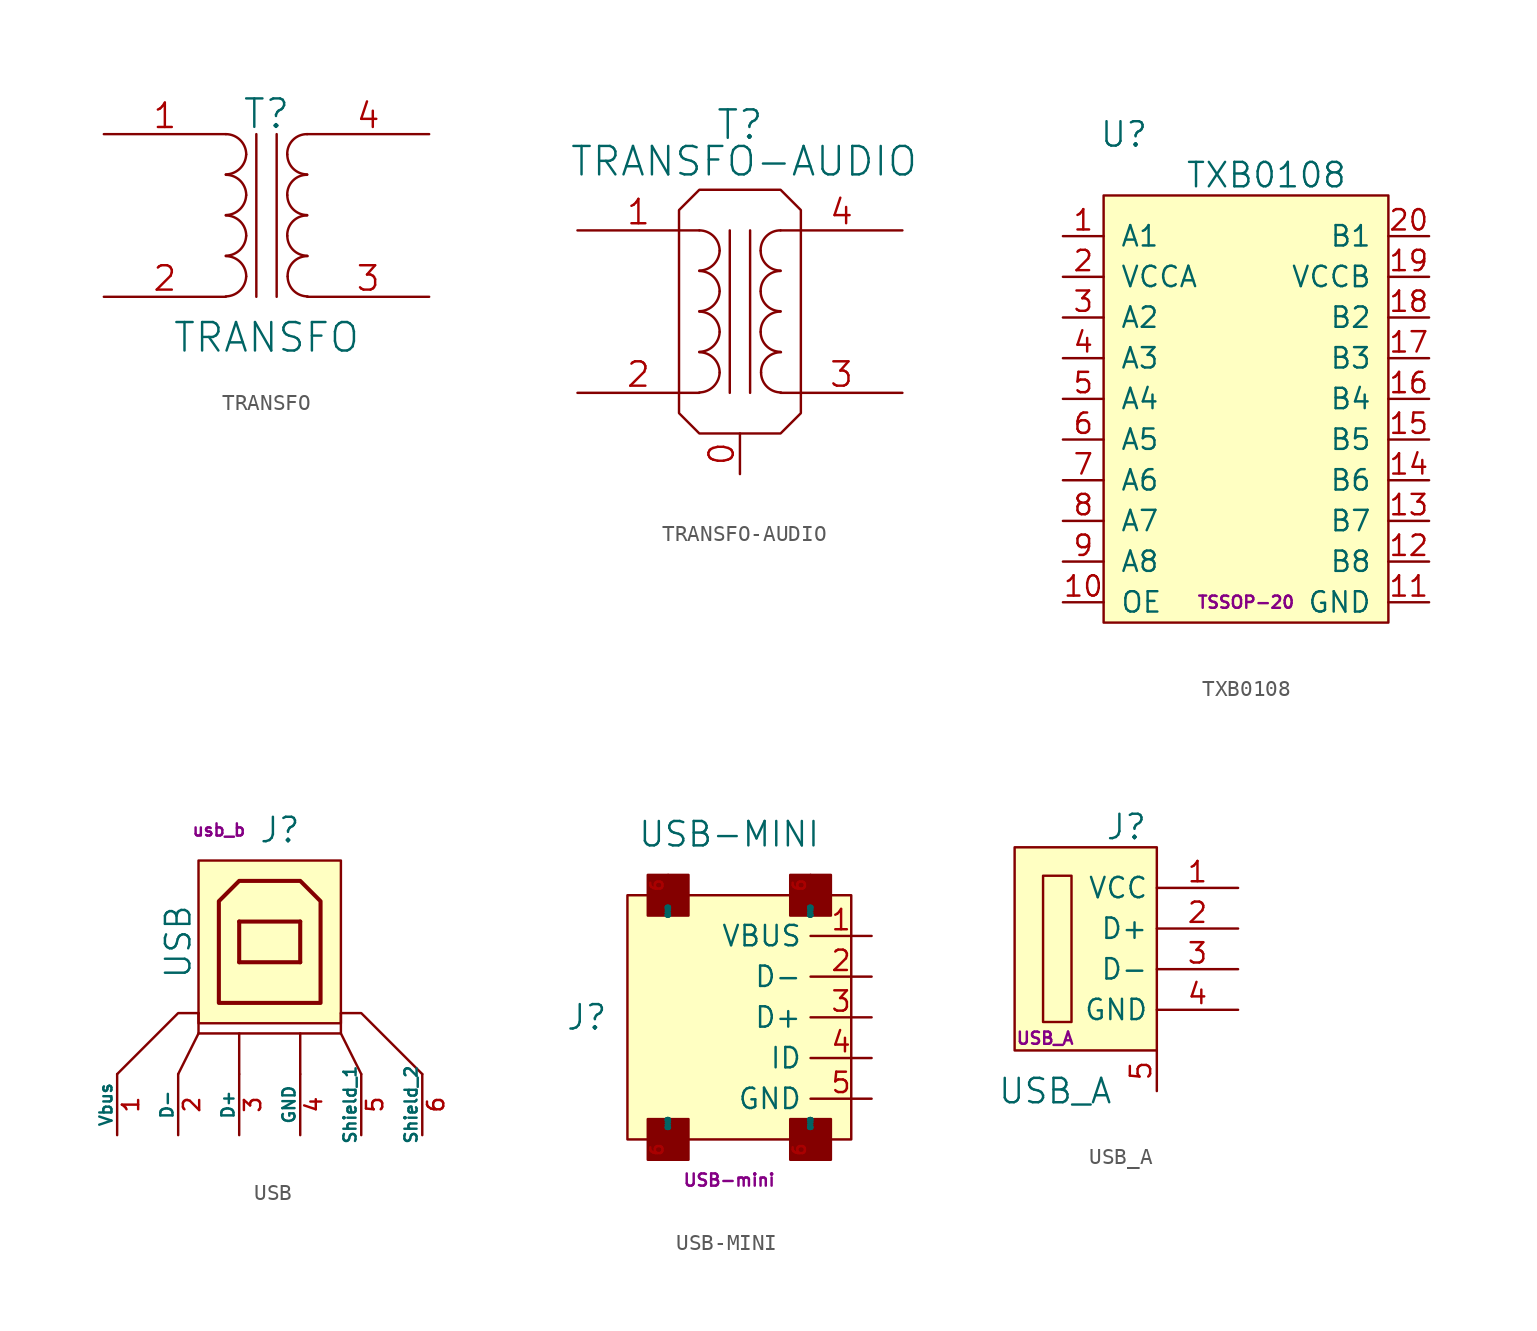
<source format=kicad_sym>
(kicad_symbol_lib
  (version 20220914)
  (generator kicad_symbol_editor)
  (symbol "TRANSFO"
    (pin_names
      (offset 1.016) hide)
    (property "Reference" "T"
      (at 0 6.35 0)
      (effects (font (size 1.778 1.778))))
    (property "Value" "TRANSFO"
      (at 0 -7.62 0)
      (effects (font (size 1.778 1.778))))
    (property "Footprint" ""
      (at 0 0 0)
      (effects (font (size 1.524 1.524))))
    (property "Datasheet" ""
      (at 0 0 0)
      (effects (font (size 1.524 1.524))))
    (symbol "TRANSFO_0_1"
      (arc (start -2.54 -5.0546) (mid -1.6599 -4.6901) (end -1.27 -3.81) (stroke (width 0) (type default)) (fill (type none)))
      (arc (start -2.54 -2.5146) (mid -1.6599 -2.1501) (end -1.27 -1.27) (stroke (width 0) (type default)) (fill (type none)))
      (arc (start -2.54 0.0254) (mid -1.6599 0.3899) (end -1.27 1.27) (stroke (width 0) (type default)) (fill (type none)))
      (arc (start -2.54 2.5654) (mid -1.6599 2.9299) (end -1.27 3.81) (stroke (width 0) (type default)) (fill (type none)))
      (arc (start -1.27 -3.81) (mid -1.642 -2.912) (end -2.54 -2.54) (stroke (width 0) (type default)) (fill (type none)))
      (arc (start -1.27 -1.27) (mid -1.642 -0.372) (end -2.54 0) (stroke (width 0) (type default)) (fill (type none)))
      (arc (start -1.27 1.27) (mid -1.642 2.168) (end -2.54 2.54) (stroke (width 0) (type default)) (fill (type none)))
      (arc (start -1.27 3.81) (mid -1.642 4.708) (end -2.54 5.08) (stroke (width 0) (type default)) (fill (type none)))
      (polyline (pts (xy -0.635 5.08) (xy -0.635 -5.08)) (stroke (width 0) (type default)) (fill (type none)))
      (polyline (pts (xy 0.635 -5.08) (xy 0.635 5.08)) (stroke (width 0) (type default)) (fill (type none)))
      (arc (start 1.2954 -1.27) (mid 1.6599 -2.1501) (end 2.54 -2.5146) (stroke (width 0) (type default)) (fill (type none)))
      (arc (start 1.2954 1.27) (mid 1.6599 0.3899) (end 2.54 0.0254) (stroke (width 0) (type default)) (fill (type none)))
      (arc (start 1.2954 3.81) (mid 1.6599 2.9299) (end 2.54 2.5654) (stroke (width 0) (type default)) (fill (type none)))
      (arc (start 1.3208 -3.81) (mid 1.6853 -4.6901) (end 2.5654 -5.0546) (stroke (width 0) (type default)) (fill (type none)))
      (arc (start 2.54 0) (mid 1.642 -0.372) (end 1.2954 -1.27) (stroke (width 0) (type default)) (fill (type none)))
      (arc (start 2.54 2.54) (mid 1.642 2.168) (end 1.2954 1.27) (stroke (width 0) (type default)) (fill (type none)))
      (arc (start 2.54 5.08) (mid 1.642 4.708) (end 1.2954 3.81) (stroke (width 0) (type default)) (fill (type none)))
      (arc (start 2.5654 -2.54) (mid 1.6674 -2.912) (end 1.3208 -3.81) (stroke (width 0) (type default)) (fill (type none))))
    (symbol "TRANSFO_1_1"
      (pin passive line (at -10.16 5.08 0) (length 7.62) (name "AA" (effects (font (size 1.524 1.524)))) (number "1" (effects (font (size 1.524 1.524)))))
      (pin passive line (at -10.16 -5.08 0) (length 7.62) (name "AB" (effects (font (size 1.524 1.524)))) (number "2" (effects (font (size 1.524 1.524)))))
      (pin passive line (at 10.16 -5.08 180) (length 7.62) (name "SA" (effects (font (size 1.524 1.524)))) (number "3" (effects (font (size 1.524 1.524)))))
      (pin passive line (at 10.16 5.08 180) (length 7.62) (name "SB" (effects (font (size 1.524 1.524)))) (number "4" (effects (font (size 1.524 1.524)))))))
  (symbol "TRANSFO-AUDIO"
    (pin_names
      (offset 1.016) hide)
    (property "Reference" "T"
      (at 0 11.684 0)
      (effects (font (size 1.778 1.778))))
    (property "Value" "TRANSFO-AUDIO"
      (at 0.254 9.398 0)
      (effects (font (size 1.778 1.778))))
    (property "Footprint" ""
      (at 0 0 0)
      (effects (font (size 1.524 1.524))))
    (property "Datasheet" ""
      (at 0 0 0)
      (effects (font (size 1.524 1.524))))
    (symbol "TRANSFO-AUDIO_0_1"
      (arc (start -2.54 -5.0546) (mid -1.6599 -4.6901) (end -1.27 -3.81) (stroke (width 0) (type default)) (fill (type none)))
      (arc (start -2.54 -2.5146) (mid -1.6599 -2.1501) (end -1.27 -1.27) (stroke (width 0) (type default)) (fill (type none)))
      (arc (start -2.54 0.0254) (mid -1.6599 0.3899) (end -1.27 1.27) (stroke (width 0) (type default)) (fill (type none)))
      (arc (start -2.54 2.5654) (mid -1.6599 2.9299) (end -1.27 3.81) (stroke (width 0) (type default)) (fill (type none)))
      (arc (start -1.27 -3.81) (mid -1.642 -2.912) (end -2.54 -2.54) (stroke (width 0) (type default)) (fill (type none)))
      (arc (start -1.27 -1.27) (mid -1.642 -0.372) (end -2.54 0) (stroke (width 0) (type default)) (fill (type none)))
      (arc (start -1.27 1.27) (mid -1.642 2.168) (end -2.54 2.54) (stroke (width 0) (type default)) (fill (type none)))
      (arc (start -1.27 3.81) (mid -1.642 4.708) (end -2.54 5.08) (stroke (width 0) (type default)) (fill (type none)))
      (polyline (pts (xy -0.635 5.08) (xy -0.635 -5.08)) (stroke (width 0) (type default)) (fill (type none)))
      (polyline (pts (xy 0.635 -5.08) (xy 0.635 5.08)) (stroke (width 0) (type default)) (fill (type none)))
      (polyline (pts (xy -3.81 6.35) (xy -2.54 7.62) (xy 2.54 7.62) (xy 3.81 6.35) (xy 3.81 -6.35) (xy 2.54 -7.62) (xy -2.54 -7.62) (xy -3.81 -6.35) (xy -3.81 6.35)) (stroke (width 0) (type default)) (fill (type none)))
      (arc (start 1.2954 -1.27) (mid 1.6599 -2.1501) (end 2.54 -2.5146) (stroke (width 0) (type default)) (fill (type none)))
      (arc (start 1.2954 1.27) (mid 1.6599 0.3899) (end 2.54 0.0254) (stroke (width 0) (type default)) (fill (type none)))
      (arc (start 1.2954 3.81) (mid 1.6599 2.9299) (end 2.54 2.5654) (stroke (width 0) (type default)) (fill (type none)))
      (arc (start 1.3208 -3.81) (mid 1.6853 -4.6901) (end 2.5654 -5.0546) (stroke (width 0) (type default)) (fill (type none)))
      (arc (start 2.54 0) (mid 1.642 -0.372) (end 1.2954 -1.27) (stroke (width 0) (type default)) (fill (type none)))
      (arc (start 2.54 2.54) (mid 1.642 2.168) (end 1.2954 1.27) (stroke (width 0) (type default)) (fill (type none)))
      (arc (start 2.54 5.08) (mid 1.642 4.708) (end 1.2954 3.81) (stroke (width 0) (type default)) (fill (type none)))
      (arc (start 2.5654 -2.54) (mid 1.6674 -2.912) (end 1.3208 -3.81) (stroke (width 0) (type default)) (fill (type none))))
    (symbol "TRANSFO-AUDIO_1_1"
      (pin input line (at 0 -10.16 90) (length 2.54) (name "~" (effects (font (size 1.524 1.524)))) (number "0" (effects (font (size 1.524 1.524)))))
      (pin passive line (at -10.16 5.08 0) (length 7.62) (name "AA" (effects (font (size 1.524 1.524)))) (number "1" (effects (font (size 1.524 1.524)))))
      (pin passive line (at -10.16 -5.08 0) (length 7.62) (name "AB" (effects (font (size 1.524 1.524)))) (number "2" (effects (font (size 1.524 1.524)))))
      (pin passive line (at 10.16 -5.08 180) (length 7.62) (name "SA" (effects (font (size 1.524 1.524)))) (number "3" (effects (font (size 1.524 1.524)))))
      (pin passive line (at 10.16 5.08 180) (length 7.62) (name "SB" (effects (font (size 1.524 1.524)))) (number "4" (effects (font (size 1.524 1.524)))))))
  (symbol "TXB0108"
    (pin_names
      (offset 1.016))
    (property "Reference" "U"
      (at -7.62 15.24 0)
      (effects (font (size 1.524 1.524))))
    (property "Value" "TXB0108"
      (at 1.27 12.7 0)
      (effects (font (size 1.524 1.524))))
    (property "Footprint" "TSSOP-20"
      (at 0 -13.97 0)
      (effects (font (size 0.762 0.762))))
    (property "Datasheet" ""
      (at 0 0 0)
      (effects (font (size 1.524 1.524))))
    (symbol "TXB0108_0_1"
      (rectangle (start -8.89 11.43) (end 8.89 -15.24) (stroke (width 0) (type default)) (fill (type background))))
    (symbol "TXB0108_1_1"
      (pin bidirectional line (at -11.43 8.89 0) (length 2.54) (name "A1" (effects (font (size 1.27 1.27)))) (number "1" (effects (font (size 1.27 1.27)))))
      (pin bidirectional line (at -11.43 -13.97 0) (length 2.54) (name "OE" (effects (font (size 1.27 1.27)))) (number "10" (effects (font (size 1.27 1.27)))))
      (pin bidirectional line (at 11.43 -13.97 180) (length 2.54) (name "GND" (effects (font (size 1.27 1.27)))) (number "11" (effects (font (size 1.27 1.27)))))
      (pin bidirectional line (at 11.43 -11.43 180) (length 2.54) (name "B8" (effects (font (size 1.27 1.27)))) (number "12" (effects (font (size 1.27 1.27)))))
      (pin bidirectional line (at 11.43 -8.89 180) (length 2.54) (name "B7" (effects (font (size 1.27 1.27)))) (number "13" (effects (font (size 1.27 1.27)))))
      (pin bidirectional line (at 11.43 -6.35 180) (length 2.54) (name "B6" (effects (font (size 1.27 1.27)))) (number "14" (effects (font (size 1.27 1.27)))))
      (pin bidirectional line (at 11.43 -3.81 180) (length 2.54) (name "B5" (effects (font (size 1.27 1.27)))) (number "15" (effects (font (size 1.27 1.27)))))
      (pin bidirectional line (at 11.43 -1.27 180) (length 2.54) (name "B4" (effects (font (size 1.27 1.27)))) (number "16" (effects (font (size 1.27 1.27)))))
      (pin bidirectional line (at 11.43 1.27 180) (length 2.54) (name "B3" (effects (font (size 1.27 1.27)))) (number "17" (effects (font (size 1.27 1.27)))))
      (pin bidirectional line (at 11.43 3.81 180) (length 2.54) (name "B2" (effects (font (size 1.27 1.27)))) (number "18" (effects (font (size 1.27 1.27)))))
      (pin bidirectional line (at 11.43 6.35 180) (length 2.54) (name "VCCB" (effects (font (size 1.27 1.27)))) (number "19" (effects (font (size 1.27 1.27)))))
      (pin bidirectional line (at -11.43 6.35 0) (length 2.54) (name "VCCA" (effects (font (size 1.27 1.27)))) (number "2" (effects (font (size 1.27 1.27)))))
      (pin bidirectional line (at 11.43 8.89 180) (length 2.54) (name "B1" (effects (font (size 1.27 1.27)))) (number "20" (effects (font (size 1.27 1.27)))))
      (pin bidirectional line (at -11.43 3.81 0) (length 2.54) (name "A2" (effects (font (size 1.27 1.27)))) (number "3" (effects (font (size 1.27 1.27)))))
      (pin bidirectional line (at -11.43 1.27 0) (length 2.54) (name "A3" (effects (font (size 1.27 1.27)))) (number "4" (effects (font (size 1.27 1.27)))))
      (pin bidirectional line (at -11.43 -1.27 0) (length 2.54) (name "A4" (effects (font (size 1.27 1.27)))) (number "5" (effects (font (size 1.27 1.27)))))
      (pin bidirectional line (at -11.43 -3.81 0) (length 2.54) (name "A5" (effects (font (size 1.27 1.27)))) (number "6" (effects (font (size 1.27 1.27)))))
      (pin bidirectional line (at -11.43 -6.35 0) (length 2.54) (name "A6" (effects (font (size 1.27 1.27)))) (number "7" (effects (font (size 1.27 1.27)))))
      (pin bidirectional line (at -11.43 -8.89 0) (length 2.54) (name "A7" (effects (font (size 1.27 1.27)))) (number "8" (effects (font (size 1.27 1.27)))))
      (pin bidirectional line (at -11.43 -11.43 0) (length 2.54) (name "A8" (effects (font (size 1.27 1.27)))) (number "9" (effects (font (size 1.27 1.27)))))))
  (symbol "USB"
    (pin_names
      (offset 0))
    (property "Reference" "J"
      (at 0 15.24 0)
      (effects (font (size 1.524 1.524))))
    (property "Value" "USB"
      (at -6.35 8.255 90)
      (effects (font (size 1.524 1.524))))
    (property "Footprint" "usb_b"
      (at -3.81 15.24 0)
      (effects (font (size 0.762 0.762))))
    (property "Datasheet" ""
      (at 0 0 0)
      (effects (font (size 1.524 1.524))))
    (symbol "USB_0_0"
      (polyline (pts (xy -6.35 0) (xy -5.08 2.54) (xy -5.08 2.54)) (stroke (width 0) (type default)) (fill (type none)))
      (polyline (pts (xy -5.08 2.54) (xy -5.08 3.81) (xy -5.08 3.81)) (stroke (width 0) (type default)) (fill (type none)))
      (polyline (pts (xy -2.54 0) (xy -2.54 2.54) (xy -2.54 2.54)) (stroke (width 0) (type default)) (fill (type none)))
      (polyline (pts (xy 1.27 0) (xy 1.27 2.54) (xy 1.27 2.54)) (stroke (width 0) (type default)) (fill (type none)))
      (polyline (pts (xy 5.08 0) (xy 3.81 2.54) (xy 3.81 2.54)) (stroke (width 0) (type default)) (fill (type none)))
      (polyline (pts (xy -10.16 0) (xy -6.35 3.81) (xy -5.08 3.81) (xy -5.08 3.81)) (stroke (width 0) (type default)) (fill (type none)))
      (polyline (pts (xy -5.08 2.54) (xy 3.81 2.54) (xy 3.81 3.81) (xy 3.81 3.81)) (stroke (width 0) (type default)) (fill (type none)))
      (polyline (pts (xy 8.89 0) (xy 5.08 3.81) (xy 3.81 3.81) (xy 3.81 3.81)) (stroke (width 0) (type default)) (fill (type none))))
    (symbol "USB_0_1"
      (rectangle (start -2.54 9.525) (end -2.54 6.985) (stroke (width 0.254) (type default)) (fill (type none)))
      (rectangle (start -2.54 9.525) (end -2.54 9.525) (stroke (width 0) (type default)) (fill (type none)))
      (rectangle (start -2.54 9.525) (end 1.27 9.525) (stroke (width 0.254) (type default)) (fill (type none)))
      (polyline (pts (xy -5.08 3.175) (xy 3.81 3.175) (xy 3.81 13.335) (xy -5.08 13.335) (xy -5.08 3.175) (xy -5.08 3.175)) (stroke (width 0) (type default)) (fill (type background)))
      (polyline (pts (xy -3.81 4.445) (xy 2.54 4.445) (xy 2.54 10.795) (xy 1.27 12.065) (xy -2.54 12.065) (xy -3.81 10.795) (xy -3.81 4.445) (xy -3.81 4.445) (xy -3.81 4.445)) (stroke (width 0.254) (type default)) (fill (type none)))
      (rectangle (start 1.27 6.985) (end -2.54 6.985) (stroke (width 0.254) (type default)) (fill (type none)))
      (rectangle (start 1.27 6.985) (end 1.27 9.525) (stroke (width 0.254) (type default)) (fill (type none))))
    (symbol "USB_1_1"
      (pin power_out line (at -10.16 -3.81 90) (length 3.81) (name "Vbus" (effects (font (size 0.762 0.762)))) (number "1" (effects (font (size 1.016 1.016)))))
      (pin bidirectional line (at -6.35 -3.81 90) (length 3.81) (name "D-" (effects (font (size 0.762 0.762)))) (number "2" (effects (font (size 1.016 1.016)))))
      (pin bidirectional line (at -2.54 -3.81 90) (length 3.81) (name "D+" (effects (font (size 0.762 0.762)))) (number "3" (effects (font (size 1.016 1.016)))))
      (pin passive line (at 1.27 -3.81 90) (length 3.81) (name "GND" (effects (font (size 0.762 0.762)))) (number "4" (effects (font (size 1.016 1.016)))))
      (pin passive line (at 5.08 -3.81 90) (length 3.81) (name "Shield_1" (effects (font (size 0.762 0.762)))) (number "5" (effects (font (size 1.016 1.016)))))
      (pin passive line (at 8.89 -3.81 90) (length 3.81) (name "Shield_2" (effects (font (size 0.762 0.762)))) (number "6" (effects (font (size 1.016 1.016)))))))
  (symbol "USB-MINI"
    (property "Reference" "J"
      (at -8.89 0 0)
      (effects (font (size 1.524 1.524))))
    (property "Value" "USB-MINI"
      (at 0 11.43 0)
      (effects (font (size 1.524 1.524))))
    (property "Footprint" "USB-mini"
      (at 0 -10.16 0)
      (effects (font (size 0.762 0.762))))
    (property "Datasheet" ""
      (at 0 0 0)
      (effects (font (size 1.524 1.524))))
    (symbol "USB-MINI_0_1"
      (rectangle (start -5.08 8.89) (end -2.54 6.35) (stroke (width 0) (type default)) (fill (type outline)))
      (rectangle (start -2.54 -6.35) (end -5.08 -8.89) (stroke (width 0) (type default)) (fill (type outline)))
      (rectangle (start 6.35 -6.35) (end 3.81 -8.89) (stroke (width 0) (type default)) (fill (type outline)))
      (rectangle (start 6.35 8.89) (end 3.81 6.35) (stroke (width 0) (type default)) (fill (type outline)))
      (rectangle (start 7.62 7.62) (end -6.35 -7.62) (stroke (width 0) (type default)) (fill (type background))))
    (symbol "USB-MINI_1_1"
      (pin input line (at 8.89 5.08 180) (length 3.81) (name "VBUS" (effects (font (size 1.27 1.27)))) (number "1" (effects (font (size 1.27 1.27)))))
      (pin input line (at 8.89 2.54 180) (length 3.81) (name "D-" (effects (font (size 1.27 1.27)))) (number "2" (effects (font (size 1.27 1.27)))))
      (pin input line (at 8.89 0 180) (length 3.81) (name "D+" (effects (font (size 1.27 1.27)))) (number "3" (effects (font (size 1.27 1.27)))))
      (pin input line (at 8.89 -2.54 180) (length 3.81) (name "ID" (effects (font (size 1.27 1.27)))) (number "4" (effects (font (size 1.27 1.27)))))
      (pin input line (at 8.89 -5.08 180) (length 3.81) (name "GND" (effects (font (size 1.27 1.27)))) (number "5" (effects (font (size 1.27 1.27)))))
      (pin input line (at -3.81 -8.89 90) (length 1.27) (name "GND" (effects (font (size 0.254 0.254)))) (number "6" (effects (font (size 0.762 0.762)))))
      (pin input line (at -3.81 8.89 270) (length 1.27) (name "GND" (effects (font (size 0.254 0.254)))) (number "6" (effects (font (size 0.762 0.762)))))
      (pin input line (at 5.08 -8.89 90) (length 1.27) (name "GND" (effects (font (size 0.254 0.254)))) (number "6" (effects (font (size 0.762 0.762)))))
      (pin input line (at 5.08 8.89 270) (length 1.27) (name "GND" (effects (font (size 0.254 0.254)))) (number "6" (effects (font (size 0.762 0.762)))))))
  (symbol "USB_A"
    (property "Reference" "J"
      (at -1.905 7.62 0)
      (effects (font (size 1.524 1.524))))
    (property "Value" "USB_A"
      (at -6.35 -8.89 0)
      (effects (font (size 1.524 1.524))))
    (property "Footprint" "USB_A"
      (at -6.985 -5.588 0)
      (effects (font (size 0.762 0.762))))
    (property "Datasheet" ""
      (at 0 0 0)
      (effects (font (size 1.524 1.524))))
    (symbol "USB_A_0_0"
      (rectangle (start -7.112 4.572) (end -5.334 -4.572) (stroke (width 0) (type default)) (fill (type none))))
    (symbol "USB_A_0_1"
      (rectangle (start 0 6.35) (end -8.89 -6.35) (stroke (width 0) (type default)) (fill (type background))))
    (symbol "USB_A_1_1"
      (pin input line (at 5.08 3.81 180) (length 5.08) (name "VCC" (effects (font (size 1.27 1.27)))) (number "1" (effects (font (size 1.27 1.27)))))
      (pin input line (at 5.08 1.27 180) (length 5.08) (name "D+" (effects (font (size 1.27 1.27)))) (number "2" (effects (font (size 1.27 1.27)))))
      (pin input line (at 5.08 -1.27 180) (length 5.08) (name "D-" (effects (font (size 1.27 1.27)))) (number "3" (effects (font (size 1.27 1.27)))))
      (pin input line (at 5.08 -3.81 180) (length 5.08) (name "GND" (effects (font (size 1.27 1.27)))) (number "4" (effects (font (size 1.27 1.27)))))
      (pin input line (at 0 -8.89 90) (length 2.54) (name "~" (effects (font (size 1.27 1.27)))) (number "5" (effects (font (size 1.27 1.27))))))))
</source>
